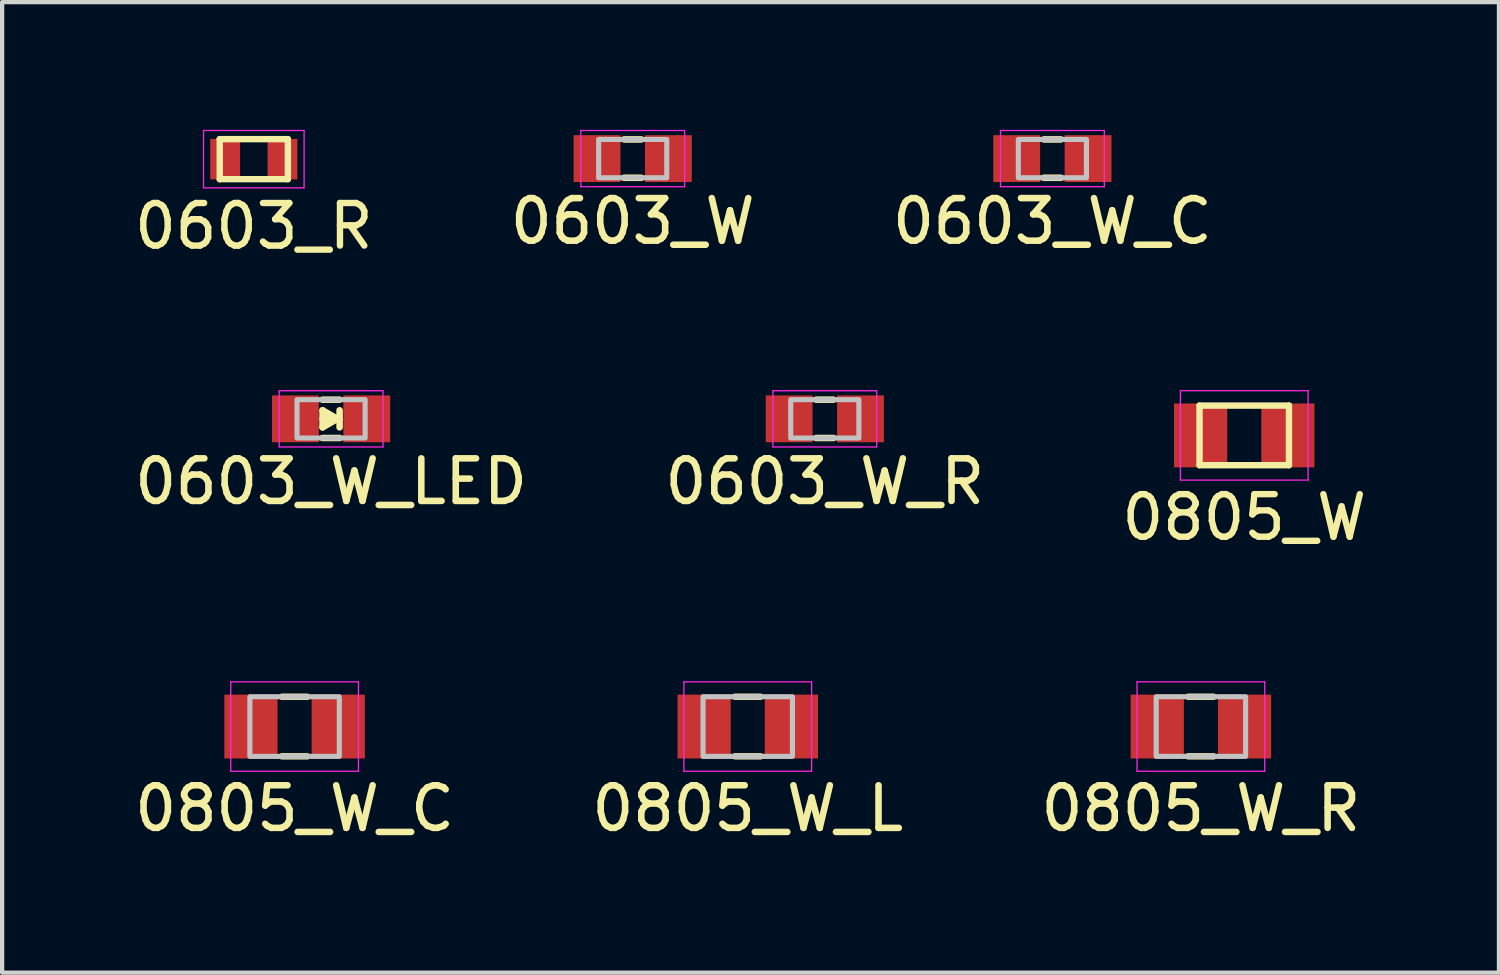
<source format=kicad_pcb>
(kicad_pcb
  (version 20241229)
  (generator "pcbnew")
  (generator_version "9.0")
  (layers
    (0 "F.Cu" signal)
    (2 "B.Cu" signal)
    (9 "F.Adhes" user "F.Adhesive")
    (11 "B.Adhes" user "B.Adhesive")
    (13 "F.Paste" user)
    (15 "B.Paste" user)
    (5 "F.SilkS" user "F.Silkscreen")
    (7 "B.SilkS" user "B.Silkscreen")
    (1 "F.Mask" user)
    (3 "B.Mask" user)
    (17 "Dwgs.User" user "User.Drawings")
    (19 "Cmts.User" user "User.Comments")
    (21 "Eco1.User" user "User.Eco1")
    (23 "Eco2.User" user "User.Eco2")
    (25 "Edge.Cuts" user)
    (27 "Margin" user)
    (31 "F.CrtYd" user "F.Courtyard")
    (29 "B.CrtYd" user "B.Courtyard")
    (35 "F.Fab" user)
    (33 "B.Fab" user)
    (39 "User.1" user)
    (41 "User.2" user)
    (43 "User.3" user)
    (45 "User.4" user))
  (footprint "0805_W_L"
    (layer "F.Cu")
    (at 14.512 14.014)
    (property "Reference" "0805_W_L" (at 0 1.925 0) (layer "F.SilkS") (effects (font (size 1 1) (thickness 0.154))))
    (attr smd)
    (fp_line (start -0.3 -0.7) (end 0.3 -0.7) (stroke (width 0.15) (type solid)) (layer "F.SilkS"))
    (fp_line (start 0.3 0.7) (end -0.3 0.7) (stroke (width 0.15) (type solid)) (layer "F.SilkS"))
    (fp_rect (start -1.05 -0.7) (end 1.05 0.7) (stroke (width 0.12) (type default)) (fill no) (layer "Dwgs.User"))
    (fp_line (start -1.5 -1.05) (end 1.5 -1.05) (stroke (width 0.03) (type solid)) (layer "F.CrtYd"))
    (fp_line (start -1.5 1.05) (end -1.5 -1.05) (stroke (width 0.03) (type solid)) (layer "F.CrtYd"))
    (fp_line (start 1.5 -1.05) (end 1.5 1.05) (stroke (width 0.03) (type solid)) (layer "F.CrtYd"))
    (fp_line (start 1.5 1.05) (end -1.5 1.05) (stroke (width 0.03) (type solid)) (layer "F.CrtYd"))
    (pad "1" smd rect (at -1.025 0) (size 1.25 1.5) (layers "F.Cu" "F.Mask" "F.Paste"))
    (pad "2" smd rect (at 1.025 0) (size 1.25 1.5) (layers "F.Cu" "F.Mask" "F.Paste")))
  (footprint "0805_W_R"
    (layer "F.Cu")
    (at 25.155 14.014)
    (property "Reference" "0805_W_R" (at 0 1.925 0) (layer "F.SilkS") (effects (font (size 1 1) (thickness 0.154))))
    (attr smd)
    (fp_line (start -0.3 -0.7) (end 0.3 -0.7) (stroke (width 0.15) (type solid)) (layer "F.SilkS"))
    (fp_line (start 0.3 0.7) (end -0.3 0.7) (stroke (width 0.15) (type solid)) (layer "F.SilkS"))
    (fp_rect (start -1.05 -0.7) (end 1.05 0.7) (stroke (width 0.12) (type default)) (fill no) (layer "Dwgs.User"))
    (fp_line (start -1.5 -1.05) (end 1.5 -1.05) (stroke (width 0.03) (type solid)) (layer "F.CrtYd"))
    (fp_line (start -1.5 1.05) (end -1.5 -1.05) (stroke (width 0.03) (type solid)) (layer "F.CrtYd"))
    (fp_line (start 1.5 -1.05) (end 1.5 1.05) (stroke (width 0.03) (type solid)) (layer "F.CrtYd"))
    (fp_line (start 1.5 1.05) (end -1.5 1.05) (stroke (width 0.03) (type solid)) (layer "F.CrtYd"))
    (pad "1" smd rect (at -1.025 0) (size 1.25 1.5) (layers "F.Cu" "F.Mask" "F.Paste"))
    (pad "2" smd rect (at 1.025 0) (size 1.25 1.5) (layers "F.Cu" "F.Mask" "F.Paste")))
  (footprint "0603_W"
    (layer "F.Cu")
    (at 11.81 0.675)
    (property "Reference" "0603_W" (at 0 1.473 0) (layer "F.SilkS") (effects (font (size 1 1) (thickness 0.154))))
    (attr smd)
    (fp_line (start -0.2 -0.45) (end 0.2 -0.45) (stroke (width 0.154) (type solid)) (layer "F.SilkS"))
    (fp_line (start 0.2 0.45) (end -0.2 0.45) (stroke (width 0.154) (type solid)) (layer "F.SilkS"))
    (fp_rect (start -0.8 -0.45) (end 0.8 0.45) (stroke (width 0.12) (type default)) (fill no) (layer "Dwgs.User"))
    (fp_line (start -1.219 -0.66) (end -1.219 0.66) (stroke (width 0.03) (type solid)) (layer "F.CrtYd"))
    (fp_line (start -1.219 -0.66) (end 1.219 -0.66) (stroke (width 0.03) (type solid)) (layer "F.CrtYd"))
    (fp_line (start -1.219 0.66) (end 1.219 0.66) (stroke (width 0.03) (type solid)) (layer "F.CrtYd"))
    (fp_line (start 1.219 0.66) (end 1.219 -0.66) (stroke (width 0.03) (type solid)) (layer "F.CrtYd"))
    (pad "1" smd rect (at -0.838 0) (size 1.1 1.1) (layers "F.Cu" "F.Mask" "F.Paste"))
    (pad "2" smd rect (at 0.838 0) (size 1.1 1.1) (layers "F.Cu" "F.Mask" "F.Paste")))
  (footprint "0603_W_R"
    (layer "F.Cu")
    (at 16.322 6.787)
    (property "Reference" "0603_W_R" (at 0 1.473 0) (layer "F.SilkS") (effects (font (size 1 1) (thickness 0.154))))
    (attr smd)
    (fp_line (start -0.2 -0.45) (end 0.2 -0.45) (stroke (width 0.154) (type solid)) (layer "F.SilkS"))
    (fp_line (start 0.2 0.45) (end -0.2 0.45) (stroke (width 0.154) (type solid)) (layer "F.SilkS"))
    (fp_rect (start -0.8 -0.45) (end 0.8 0.45) (stroke (width 0.12) (type default)) (fill no) (layer "Dwgs.User"))
    (fp_line (start -1.219 -0.66) (end -1.219 0.66) (stroke (width 0.03) (type solid)) (layer "F.CrtYd"))
    (fp_line (start -1.219 -0.66) (end 1.219 -0.66) (stroke (width 0.03) (type solid)) (layer "F.CrtYd"))
    (fp_line (start -1.219 0.66) (end 1.219 0.66) (stroke (width 0.03) (type solid)) (layer "F.CrtYd"))
    (fp_line (start 1.219 0.66) (end 1.219 -0.66) (stroke (width 0.03) (type solid)) (layer "F.CrtYd"))
    (pad "1" smd rect (at -0.838 0) (size 1.1 1.1) (layers "F.Cu" "F.Mask" "F.Paste"))
    (pad "2" smd rect (at 0.838 0) (size 1.1 1.1) (layers "F.Cu" "F.Mask" "F.Paste")))
  (footprint "0603_W_C"
    (layer "F.Cu")
    (at 21.667 0.675)
    (property "Reference" "0603_W_C" (at 0 1.473 0) (layer "F.SilkS") (effects (font (size 1 1) (thickness 0.154))))
    (attr smd)
    (fp_line (start -0.2 -0.45) (end 0.2 -0.45) (stroke (width 0.154) (type solid)) (layer "F.SilkS"))
    (fp_line (start 0.2 0.45) (end -0.2 0.45) (stroke (width 0.154) (type solid)) (layer "F.SilkS"))
    (fp_rect (start -0.8 -0.45) (end 0.8 0.45) (stroke (width 0.12) (type default)) (fill no) (layer "Dwgs.User"))
    (fp_line (start -1.219 -0.66) (end -1.219 0.66) (stroke (width 0.03) (type solid)) (layer "F.CrtYd"))
    (fp_line (start -1.219 -0.66) (end 1.219 -0.66) (stroke (width 0.03) (type solid)) (layer "F.CrtYd"))
    (fp_line (start -1.219 0.66) (end 1.219 0.66) (stroke (width 0.03) (type solid)) (layer "F.CrtYd"))
    (fp_line (start 1.219 0.66) (end 1.219 -0.66) (stroke (width 0.03) (type solid)) (layer "F.CrtYd"))
    (pad "1" smd rect (at -0.838 0) (size 1.1 1.1) (layers "F.Cu" "F.Mask" "F.Paste"))
    (pad "2" smd rect (at 0.838 0) (size 1.1 1.1) (layers "F.Cu" "F.Mask" "F.Paste")))
  (footprint "0805_W_C"
    (layer "F.Cu")
    (at 3.869 14.014)
    (property "Reference" "0805_W_C" (at 0 1.925 0) (layer "F.SilkS") (effects (font (size 1 1) (thickness 0.154))))
    (attr smd)
    (fp_line (start -0.3 -0.7) (end 0.3 -0.7) (stroke (width 0.15) (type solid)) (layer "F.SilkS"))
    (fp_line (start 0.3 0.7) (end -0.3 0.7) (stroke (width 0.15) (type solid)) (layer "F.SilkS"))
    (fp_rect (start -1.05 -0.7) (end 1.05 0.7) (stroke (width 0.12) (type default)) (fill no) (layer "Dwgs.User"))
    (fp_line (start -1.5 -1.05) (end 1.5 -1.05) (stroke (width 0.03) (type solid)) (layer "F.CrtYd"))
    (fp_line (start -1.5 1.05) (end -1.5 -1.05) (stroke (width 0.03) (type solid)) (layer "F.CrtYd"))
    (fp_line (start 1.5 -1.05) (end 1.5 1.05) (stroke (width 0.03) (type solid)) (layer "F.CrtYd"))
    (fp_line (start 1.5 1.05) (end -1.5 1.05) (stroke (width 0.03) (type solid)) (layer "F.CrtYd"))
    (pad "1" smd rect (at -1.025 0) (size 1.25 1.5) (layers "F.Cu" "F.Mask" "F.Paste"))
    (pad "2" smd rect (at 1.025 0) (size 1.25 1.5) (layers "F.Cu" "F.Mask" "F.Paste")))
  (footprint "0805_W"
    (layer "F.Cu")
    (at 26.173 7.176)
    (property "Reference" "0805_W" (at 0 1.925 0) (layer "F.SilkS") (effects (font (size 1 1) (thickness 0.15))))
    (attr smd)
    (fp_line (start -1.05 -0.7) (end 1.05 -0.7) (stroke (width 0.15) (type solid)) (layer "F.SilkS"))
    (fp_line (start -1.05 0.7) (end -1.05 -0.7) (stroke (width 0.15) (type solid)) (layer "F.SilkS"))
    (fp_line (start 1.05 -0.7) (end 1.05 0.7) (stroke (width 0.15) (type solid)) (layer "F.SilkS"))
    (fp_line (start 1.05 0.7) (end -1.05 0.7) (stroke (width 0.15) (type solid)) (layer "F.SilkS"))
    (fp_line (start -1.5 -1.05) (end 1.5 -1.05) (stroke (width 0.03) (type solid)) (layer "F.CrtYd"))
    (fp_line (start -1.5 1.05) (end -1.5 -1.05) (stroke (width 0.03) (type solid)) (layer "F.CrtYd"))
    (fp_line (start 1.5 -1.05) (end 1.5 1.05) (stroke (width 0.03) (type solid)) (layer "F.CrtYd"))
    (fp_line (start 1.5 1.05) (end -1.5 1.05) (stroke (width 0.03) (type solid)) (layer "F.CrtYd"))
    (pad "1" smd rect (at -1.025 0) (size 1.25 1.5) (layers "F.Cu" "F.Mask" "F.Paste"))
    (pad "2" smd rect (at 1.025 0) (size 1.25 1.5) (layers "F.Cu" "F.Mask" "F.Paste")))
  (footprint "0603_R"
    (layer "F.Cu")
    (at 2.911 0.688)
    (property "Reference" "0603_R" (at 0 1.575 0) (layer "F.SilkS") (effects (font (size 1 1) (thickness 0.15))))
    (attr smd)
    (fp_line (start -0.8 -0.47) (end 0.8 -0.47) (stroke (width 0.15) (type solid)) (layer "F.SilkS"))
    (fp_line (start -0.8 0.47) (end -0.8 -0.47) (stroke (width 0.15) (type solid)) (layer "F.SilkS"))
    (fp_line (start 0.8 -0.47) (end 0.8 0.47) (stroke (width 0.15) (type solid)) (layer "F.SilkS"))
    (fp_line (start 0.8 0.47) (end -0.8 0.47) (stroke (width 0.15) (type solid)) (layer "F.SilkS"))
    (fp_line (start -1.181 -0.673) (end 1.181 -0.673) (stroke (width 0.03) (type solid)) (layer "F.CrtYd"))
    (fp_line (start -1.181 0.673) (end -1.181 -0.673) (stroke (width 0.03) (type solid)) (layer "F.CrtYd"))
    (fp_line (start 1.181 -0.673) (end 1.181 0.673) (stroke (width 0.03) (type solid)) (layer "F.CrtYd"))
    (fp_line (start 1.181 0.673) (end -1.181 0.673) (stroke (width 0.03) (type solid)) (layer "F.CrtYd"))
    (pad "1" smd rect (at -0.673 0) (size 0.7 0.95) (layers "F.Cu" "F.Mask" "F.Paste"))
    (pad "2" smd rect (at 0.673 0) (size 0.7 0.95) (layers "F.Cu" "F.Mask" "F.Paste")))
  (footprint "0603_W_LED"
    (layer "F.Cu")
    (at 4.726 6.787)
    (property "Reference" "0603_W_LED" (at 0 1.473 0) (layer "F.SilkS") (effects (font (size 1 1) (thickness 0.154))))
    (attr smd)
    (fp_line (start -0.2 -0.45) (end 0.2 -0.45) (stroke (width 0.154) (type solid)) (layer "F.SilkS"))
    (fp_line (start -0.2 -0.2) (end 0.15 0) (stroke (width 0.154) (type solid)) (layer "F.SilkS"))
    (fp_line (start -0.2 0) (end 0.2 0) (stroke (width 0.154) (type solid)) (layer "F.SilkS"))
    (fp_line (start -0.2 0.2) (end -0.2 -0.2) (stroke (width 0.154) (type solid)) (layer "F.SilkS"))
    (fp_line (start -0.2 0.2) (end 0.15 0) (stroke (width 0.154) (type solid)) (layer "F.SilkS"))
    (fp_line (start 0.2 0.2) (end 0.2 -0.2) (stroke (width 0.154) (type solid)) (layer "F.SilkS"))
    (fp_line (start 0.2 0.45) (end -0.2 0.45) (stroke (width 0.154) (type solid)) (layer "F.SilkS"))
    (fp_rect (start -0.8 -0.45) (end 0.8 0.45) (stroke (width 0.12) (type default)) (fill no) (layer "Dwgs.User"))
    (fp_line (start -1.219 -0.66) (end -1.219 0.66) (stroke (width 0.03) (type solid)) (layer "F.CrtYd"))
    (fp_line (start -1.219 -0.66) (end 1.219 -0.66) (stroke (width 0.03) (type solid)) (layer "F.CrtYd"))
    (fp_line (start -1.219 0.66) (end 1.219 0.66) (stroke (width 0.03) (type solid)) (layer "F.CrtYd"))
    (fp_line (start 1.219 0.66) (end 1.219 -0.66) (stroke (width 0.03) (type solid)) (layer "F.CrtYd"))
    (pad "A" smd rect (at -0.838 0) (size 1.1 1.1) (layers "F.Cu" "F.Mask" "F.Paste"))
    (pad "K" smd rect (at 0.838 0) (size 1.1 1.1) (layers "F.Cu" "F.Mask" "F.Paste")))
  (gr_rect
    (start -3 -3)
    (end 32.155 19.795)
    (stroke (width 0.1) (type default))
    (fill no)
    (layer "Edge.Cuts")))
</source>
